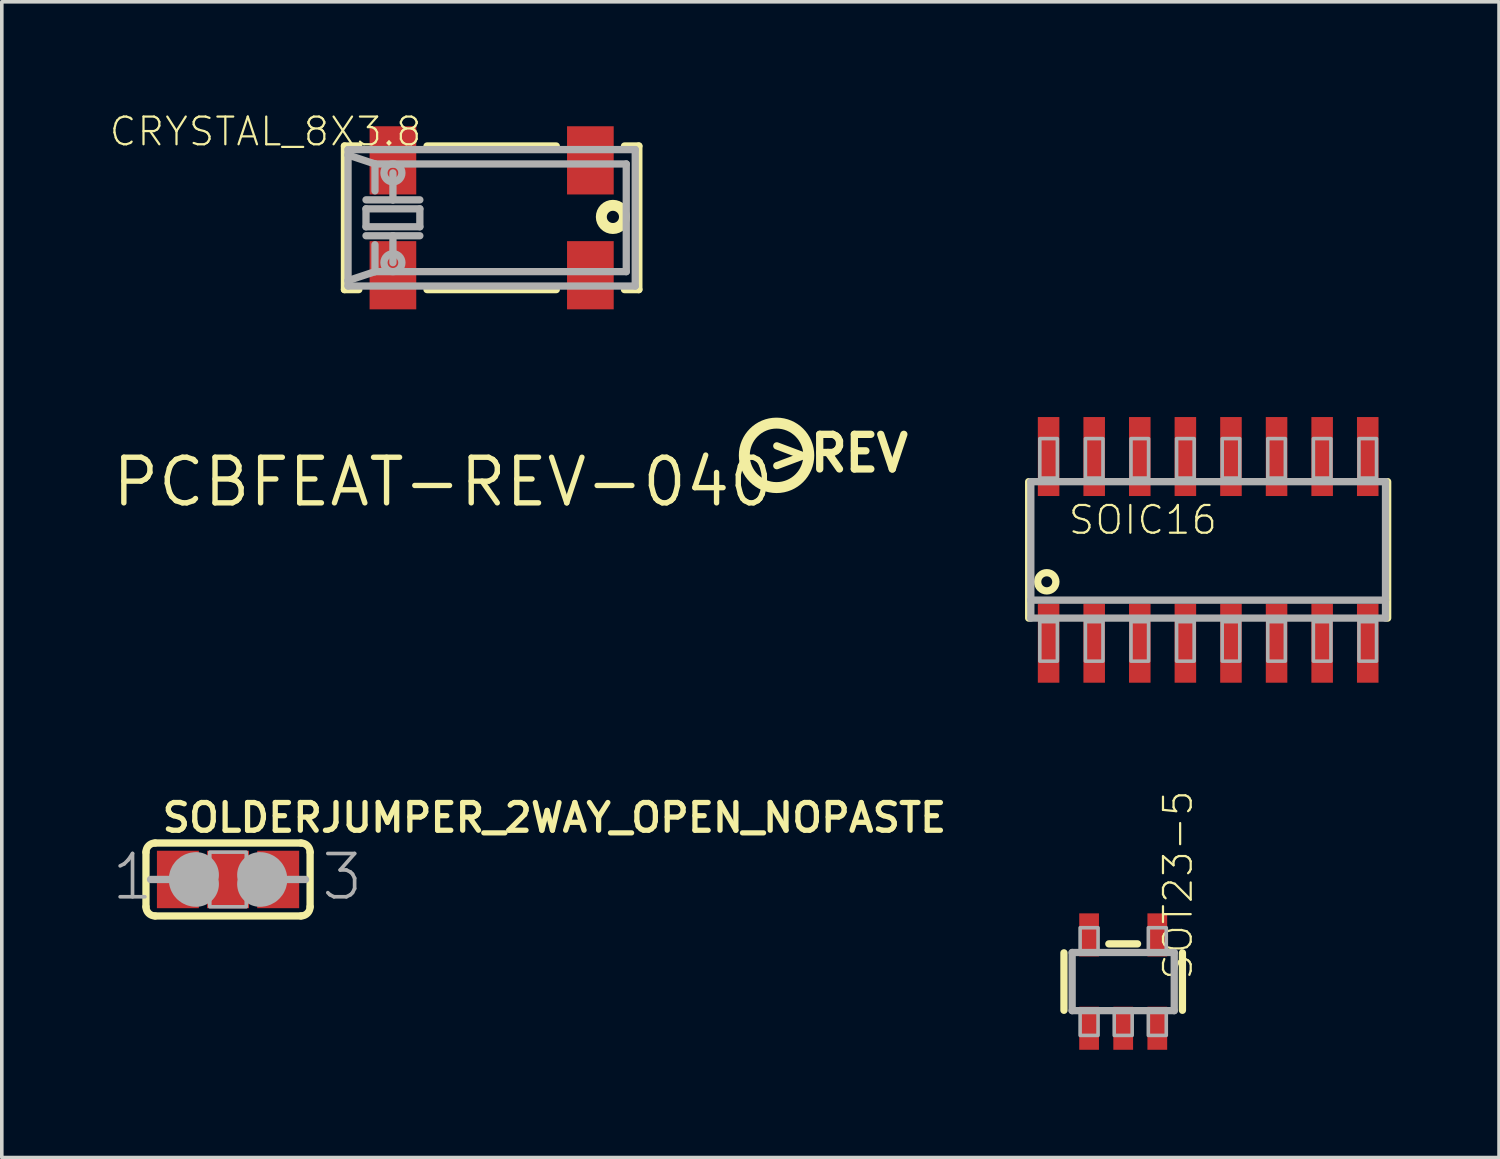
<source format=kicad_pcb>
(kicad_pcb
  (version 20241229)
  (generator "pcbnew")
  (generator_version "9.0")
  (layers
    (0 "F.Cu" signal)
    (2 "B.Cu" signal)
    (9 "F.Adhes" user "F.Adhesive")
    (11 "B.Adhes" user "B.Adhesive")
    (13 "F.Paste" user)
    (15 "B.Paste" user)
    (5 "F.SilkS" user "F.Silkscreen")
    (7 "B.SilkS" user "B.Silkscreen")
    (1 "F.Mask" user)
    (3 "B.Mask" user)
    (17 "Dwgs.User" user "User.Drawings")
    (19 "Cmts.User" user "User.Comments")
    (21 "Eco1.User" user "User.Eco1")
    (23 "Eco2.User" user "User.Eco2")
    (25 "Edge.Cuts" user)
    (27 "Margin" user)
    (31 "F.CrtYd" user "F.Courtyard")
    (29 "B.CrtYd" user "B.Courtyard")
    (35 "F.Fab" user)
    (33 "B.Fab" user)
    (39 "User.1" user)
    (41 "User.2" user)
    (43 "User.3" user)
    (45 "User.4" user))
  (footprint "SOLDERJUMPER_2WAY_OPEN_NOPASTE"
    (layer "F.Cu")
    (at 3.302 21.448)
    (property "Reference" "SOLDERJUMPER_2WAY_OPEN_NOPASTE" (at -1.905 -1.27 0) (layer "F.SilkS") (effects (font (size 0.772 0.772) (thickness 0.146)) (justify left bottom)))
    (attr through_hole)
    (fp_poly (pts (xy -2.083 0.889) (xy 2.083 0.889) (xy 2.083 -0.889) (xy -2.083 -0.889)) (stroke (width 0) (type solid)) (fill yes) (layer "F.Mask"))
    (fp_line (start -2.286 0.762) (end -2.286 -0.762) (stroke (width 0.203) (type solid)) (layer "F.SilkS"))
    (fp_line (start -2.032 -1.016) (end 2.032 -1.016) (stroke (width 0.203) (type solid)) (layer "F.SilkS"))
    (fp_line (start 2.032 1.016) (end -2.032 1.016) (stroke (width 0.203) (type solid)) (layer "F.SilkS"))
    (fp_line (start 2.286 0.762) (end 2.286 -0.762) (stroke (width 0.203) (type solid)) (layer "F.SilkS"))
    (fp_arc (start -2.286 -0.762) (mid -2.211605 -0.941605) (end -2.032 -1.016) (stroke (width 0.2032) (type solid)) (layer "F.SilkS"))
    (fp_arc (start -2.032 1.016) (mid -2.211605 0.941605) (end -2.286 0.762) (stroke (width 0.2032) (type solid)) (layer "F.SilkS"))
    (fp_arc (start 2.032 -1.016) (mid 2.211605 -0.941605) (end 2.286 -0.762) (stroke (width 0.2032) (type solid)) (layer "F.SilkS"))
    (fp_arc (start 2.286 0.762) (mid 2.211605 0.941605) (end 2.032 1.016) (stroke (width 0.2032) (type solid)) (layer "F.SilkS"))
    (fp_line (start -1.651 0) (end -2.159 0) (stroke (width 0.203) (type solid)) (layer "F.Fab"))
    (fp_line (start 1.651 0) (end 2.159 0) (stroke (width 0.203) (type solid)) (layer "F.Fab"))
    (fp_arc (start -0.889 0.127) (mid -1.016 0) (end -0.889 -0.127) (stroke (width 1.27) (type solid)) (layer "F.Fab"))
    (fp_arc (start 0.889 -0.127) (mid 1.016 0) (end 0.889 0.127) (stroke (width 1.27) (type solid)) (layer "F.Fab"))
    (fp_poly (pts (xy -0.508 0.762) (xy 0.508 0.762) (xy 0.508 -0.762) (xy -0.508 -0.762)) (stroke (width 0.1) (type solid)) (fill no) (layer "F.Fab"))
    (fp_text user "3" (at 2.54 0.635 0) (layer "F.Fab") (effects (font (size 1.206 1.206) (thickness 0.102)) (justify left bottom)))
    (fp_text user "1" (at -3.302 0.635 0) (layer "F.Fab") (effects (font (size 1.206 1.206) (thickness 0.102)) (justify left bottom)))
    (pad "1" smd rect (at -1.397 0) (size 1.168 1.6) (layers "F.Cu" "F.Mask"))
    (pad "2" smd rect (at 0 0) (size 1.168 1.6) (layers "F.Cu" "F.Mask"))
    (pad "3" smd rect (at 1.397 0) (size 1.168 1.6) (layers "F.Cu" "F.Mask")))
  (footprint "SOIC16"
    (layer "F.Cu")
    (at 30.604 12.267)
    (property "Reference" "SOIC16" (at -3.937 -0.381 0) (layer "F.SilkS") (effects (font (size 0.772 0.772) (thickness 0.062)) (justify left bottom)))
    (attr through_hole)
    (fp_line (start -5 -1.9) (end -5 1.9) (stroke (width 0.203) (type solid)) (layer "F.SilkS"))
    (fp_line (start 5 -1.9) (end 5 1.9) (stroke (width 0.203) (type solid)) (layer "F.SilkS"))
    (fp_circle (center -4.496 0.889) (end -4.242 0.889) (stroke (width 0.203) (type solid)) (fill no) (layer "F.SilkS"))
    (fp_line (start -4.94 -1.9) (end 4.94 -1.9) (stroke (width 0.203) (type solid)) (layer "F.Fab"))
    (fp_line (start -4.94 1.4) (end -4.94 -1.9) (stroke (width 0.203) (type solid)) (layer "F.Fab"))
    (fp_line (start -4.94 1.9) (end -4.94 1.4) (stroke (width 0.203) (type solid)) (layer "F.Fab"))
    (fp_line (start 4.94 -1.9) (end 4.94 1.4) (stroke (width 0.203) (type solid)) (layer "F.Fab"))
    (fp_line (start 4.94 1.4) (end -4.94 1.4) (stroke (width 0.203) (type solid)) (layer "F.Fab"))
    (fp_line (start 4.94 1.4) (end 4.94 1.9) (stroke (width 0.203) (type solid)) (layer "F.Fab"))
    (fp_line (start 4.94 1.9) (end -4.94 1.9) (stroke (width 0.203) (type solid)) (layer "F.Fab"))
    (fp_poly (pts (xy -4.69 -2) (xy -4.2 -2) (xy -4.2 -3.1) (xy -4.69 -3.1)) (stroke (width 0.1) (type solid)) (fill no) (layer "F.Fab"))
    (fp_poly (pts (xy -4.69 3.1) (xy -4.2 3.1) (xy -4.2 2) (xy -4.69 2)) (stroke (width 0.1) (type solid)) (fill no) (layer "F.Fab"))
    (fp_poly (pts (xy -3.42 -2) (xy -2.93 -2) (xy -2.93 -3.1) (xy -3.42 -3.1)) (stroke (width 0.1) (type solid)) (fill no) (layer "F.Fab"))
    (fp_poly (pts (xy -3.42 3.1) (xy -2.93 3.1) (xy -2.93 2) (xy -3.42 2)) (stroke (width 0.1) (type solid)) (fill no) (layer "F.Fab"))
    (fp_poly (pts (xy -2.15 -2) (xy -1.66 -2) (xy -1.66 -3.1) (xy -2.15 -3.1)) (stroke (width 0.1) (type solid)) (fill no) (layer "F.Fab"))
    (fp_poly (pts (xy -2.15 3.1) (xy -1.66 3.1) (xy -1.66 2) (xy -2.15 2)) (stroke (width 0.1) (type solid)) (fill no) (layer "F.Fab"))
    (fp_poly (pts (xy -0.88 -2) (xy -0.39 -2) (xy -0.39 -3.1) (xy -0.88 -3.1)) (stroke (width 0.1) (type solid)) (fill no) (layer "F.Fab"))
    (fp_poly (pts (xy -0.88 3.1) (xy -0.39 3.1) (xy -0.39 2) (xy -0.88 2)) (stroke (width 0.1) (type solid)) (fill no) (layer "F.Fab"))
    (fp_poly (pts (xy 0.39 -2) (xy 0.88 -2) (xy 0.88 -3.1) (xy 0.39 -3.1)) (stroke (width 0.1) (type solid)) (fill no) (layer "F.Fab"))
    (fp_poly (pts (xy 0.39 3.1) (xy 0.88 3.1) (xy 0.88 2) (xy 0.39 2)) (stroke (width 0.1) (type solid)) (fill no) (layer "F.Fab"))
    (fp_poly (pts (xy 1.66 -2) (xy 2.15 -2) (xy 2.15 -3.1) (xy 1.66 -3.1)) (stroke (width 0.1) (type solid)) (fill no) (layer "F.Fab"))
    (fp_poly (pts (xy 1.66 3.1) (xy 2.15 3.1) (xy 2.15 2) (xy 1.66 2)) (stroke (width 0.1) (type solid)) (fill no) (layer "F.Fab"))
    (fp_poly (pts (xy 2.93 -2) (xy 3.42 -2) (xy 3.42 -3.1) (xy 2.93 -3.1)) (stroke (width 0.1) (type solid)) (fill no) (layer "F.Fab"))
    (fp_poly (pts (xy 2.93 3.1) (xy 3.42 3.1) (xy 3.42 2) (xy 2.93 2)) (stroke (width 0.1) (type solid)) (fill no) (layer "F.Fab"))
    (fp_poly (pts (xy 4.2 -2) (xy 4.69 -2) (xy 4.69 -3.1) (xy 4.2 -3.1)) (stroke (width 0.1) (type solid)) (fill no) (layer "F.Fab"))
    (fp_poly (pts (xy 4.2 3.1) (xy 4.69 3.1) (xy 4.69 2) (xy 4.2 2)) (stroke (width 0.1) (type solid)) (fill no) (layer "F.Fab"))
    (pad "1" smd rect (at -4.445 2.6) (size 0.6 2.2) (layers "F.Cu" "F.Mask" "F.Paste"))
    (pad "2" smd rect (at -3.175 2.6) (size 0.6 2.2) (layers "F.Cu" "F.Mask" "F.Paste"))
    (pad "3" smd rect (at -1.905 2.6) (size 0.6 2.2) (layers "F.Cu" "F.Mask" "F.Paste"))
    (pad "4" smd rect (at -0.635 2.6) (size 0.6 2.2) (layers "F.Cu" "F.Mask" "F.Paste"))
    (pad "5" smd rect (at 0.635 2.6) (size 0.6 2.2) (layers "F.Cu" "F.Mask" "F.Paste"))
    (pad "6" smd rect (at 1.905 2.6) (size 0.6 2.2) (layers "F.Cu" "F.Mask" "F.Paste"))
    (pad "7" smd rect (at 3.175 2.6) (size 0.6 2.2) (layers "F.Cu" "F.Mask" "F.Paste"))
    (pad "8" smd rect (at 4.445 2.6) (size 0.6 2.2) (layers "F.Cu" "F.Mask" "F.Paste"))
    (pad "9" smd rect (at 4.445 -2.6) (size 0.6 2.2) (layers "F.Cu" "F.Mask" "F.Paste"))
    (pad "10" smd rect (at 3.175 -2.6) (size 0.6 2.2) (layers "F.Cu" "F.Mask" "F.Paste"))
    (pad "11" smd rect (at 1.905 -2.6) (size 0.6 2.2) (layers "F.Cu" "F.Mask" "F.Paste"))
    (pad "12" smd rect (at 0.635 -2.6) (size 0.6 2.2) (layers "F.Cu" "F.Mask" "F.Paste"))
    (pad "13" smd rect (at -0.635 -2.6) (size 0.6 2.2) (layers "F.Cu" "F.Mask" "F.Paste"))
    (pad "14" smd rect (at -1.905 -2.6) (size 0.6 2.2) (layers "F.Cu" "F.Mask" "F.Paste"))
    (pad "15" smd rect (at -3.175 -2.6) (size 0.6 2.2) (layers "F.Cu" "F.Mask" "F.Paste"))
    (pad "16" smd rect (at -4.445 -2.6) (size 0.6 2.2) (layers "F.Cu" "F.Mask" "F.Paste")))
  (footprint "PCBFEAT-REV-040"
    (layer "F.Cu")
    (at 18.581 9.634)
    (property "Reference" "PCBFEAT-REV-040" (at 0 0 0) (layer "F.SilkS") (effects (font (size 1.27 1.27) (thickness 0.15)) (justify right top)))
    (attr through_hole)
    (fp_circle (center 0 0) (end 0.898 0) (stroke (width 0.305) (type solid)) (fill no) (layer "F.SilkS"))
    (fp_text user ">REV" (at -0.356 0.508 0) (layer "F.SilkS") (effects (font (size 0.965 0.965) (thickness 0.203)) (justify left bottom))))
  (footprint "CRYSTAL_8X3.8"
    (layer "F.Cu")
    (at 10.645 3.017)
    (property "Reference" "CRYSTAL_8X3.8" (at -1.9 -2.854 0) (layer "F.SilkS") (effects (font (size 0.772 0.772) (thickness 0.062)) (justify right top)))
    (attr through_hole)
    (fp_line (start -4.1 -2) (end -4.1 2) (stroke (width 0.203) (type solid)) (layer "F.SilkS"))
    (fp_line (start -4.1 2) (end -3.7 2) (stroke (width 0.203) (type solid)) (layer "F.SilkS"))
    (fp_line (start -3.7 -2) (end -4.1 -2) (stroke (width 0.203) (type solid)) (layer "F.SilkS"))
    (fp_line (start -1.8 -2) (end 1.8 -2) (stroke (width 0.203) (type solid)) (layer "F.SilkS"))
    (fp_line (start -1.8 2) (end 1.8 2) (stroke (width 0.203) (type solid)) (layer "F.SilkS"))
    (fp_line (start 3.7 -2) (end 4.1 -2) (stroke (width 0.203) (type solid)) (layer "F.SilkS"))
    (fp_line (start 4.1 -2) (end 4.1 2) (stroke (width 0.203) (type solid)) (layer "F.SilkS"))
    (fp_line (start 4.1 2) (end 3.7 2) (stroke (width 0.203) (type solid)) (layer "F.SilkS"))
    (fp_circle (center 3.378 -0.025) (end 3.701 -0.025) (stroke (width 0.305) (type solid)) (fill no) (layer "F.SilkS"))
    (fp_line (start -4 -1.9) (end 4 -1.9) (stroke (width 0.203) (type solid)) (layer "F.Fab"))
    (fp_line (start -4 -1.75) (end -4 -1.9) (stroke (width 0.203) (type solid)) (layer "F.Fab"))
    (fp_line (start -4 -1.75) (end -3.25 -1.5) (stroke (width 0.203) (type solid)) (layer "F.Fab"))
    (fp_line (start -4 1.75) (end -4 -1.75) (stroke (width 0.203) (type solid)) (layer "F.Fab"))
    (fp_line (start -4 1.75) (end -3.25 1.5) (stroke (width 0.203) (type solid)) (layer "F.Fab"))
    (fp_line (start -4 1.9) (end -4 1.75) (stroke (width 0.203) (type solid)) (layer "F.Fab"))
    (fp_line (start -3.5 -0.5) (end -2.75 -0.5) (stroke (width 0.203) (type solid)) (layer "F.Fab"))
    (fp_line (start -3.5 -0.25) (end -2 -0.25) (stroke (width 0.203) (type solid)) (layer "F.Fab"))
    (fp_line (start -3.5 0.25) (end -3.5 -0.25) (stroke (width 0.203) (type solid)) (layer "F.Fab"))
    (fp_line (start -3.5 0.5) (end -2.75 0.5) (stroke (width 0.203) (type solid)) (layer "F.Fab"))
    (fp_line (start -3.25 -1.5) (end -3.25 -0.75) (stroke (width 0.203) (type solid)) (layer "F.Fab"))
    (fp_line (start -3.25 -1.5) (end 3.75 -1.5) (stroke (width 0.203) (type solid)) (layer "F.Fab"))
    (fp_line (start -3.25 1.5) (end -3.25 0.75) (stroke (width 0.203) (type solid)) (layer "F.Fab"))
    (fp_line (start -2.75 -0.5) (end -2.75 -1.25) (stroke (width 0.203) (type solid)) (layer "F.Fab"))
    (fp_line (start -2.75 -0.5) (end -2 -0.5) (stroke (width 0.203) (type solid)) (layer "F.Fab"))
    (fp_line (start -2.75 0.5) (end -2.75 1.25) (stroke (width 0.203) (type solid)) (layer "F.Fab"))
    (fp_line (start -2.75 0.5) (end -2 0.5) (stroke (width 0.203) (type solid)) (layer "F.Fab"))
    (fp_line (start -2 -0.25) (end -2 0.25) (stroke (width 0.203) (type solid)) (layer "F.Fab"))
    (fp_line (start -2 0.25) (end -3.5 0.25) (stroke (width 0.203) (type solid)) (layer "F.Fab"))
    (fp_line (start 3.75 -1.5) (end 3.75 1.5) (stroke (width 0.203) (type solid)) (layer "F.Fab"))
    (fp_line (start 3.75 1.5) (end -3.25 1.5) (stroke (width 0.203) (type solid)) (layer "F.Fab"))
    (fp_line (start 4 -1.9) (end 4 1.9) (stroke (width 0.203) (type solid)) (layer "F.Fab"))
    (fp_line (start 4 1.9) (end -4 1.9) (stroke (width 0.203) (type solid)) (layer "F.Fab"))
    (fp_circle (center -2.75 -1.25) (end -2.5 -1.25) (stroke (width 0.203) (type solid)) (fill no) (layer "F.Fab"))
    (fp_circle (center -2.75 1.25) (end -2.5 1.25) (stroke (width 0.203) (type solid)) (fill no) (layer "F.Fab"))
    (pad "P$1" smd rect (at -2.75 1.6) (size 1.3 1.9) (layers "F.Cu" "F.Mask" "F.Paste"))
    (pad "P$2" smd rect (at 2.75 1.6) (size 1.3 1.9) (layers "F.Cu" "F.Mask" "F.Paste"))
    (pad "P$3" smd rect (at 2.75 -1.6) (size 1.3 1.9) (layers "F.Cu" "F.Mask" "F.Paste"))
    (pad "P$4" smd rect (at -2.75 -1.6) (size 1.3 1.9) (layers "F.Cu" "F.Mask" "F.Paste")))
  (footprint "SOT23-5"
    (layer "F.Cu")
    (at 28.237 24.292)
    (property "Reference" "SOT23-5" (at 1.978 0 90) (layer "F.SilkS") (effects (font (size 0.772 0.772) (thickness 0.062)) (justify left bottom)))
    (attr through_hole)
    (fp_line (start -1.65 -0.8) (end -1.65 0.8) (stroke (width 0.203) (type solid)) (layer "F.SilkS"))
    (fp_line (start -0.4 -1.05) (end 0.4 -1.05) (stroke (width 0.203) (type solid)) (layer "F.SilkS"))
    (fp_line (start 1.65 -0.8) (end 1.65 0.8) (stroke (width 0.203) (type solid)) (layer "F.SilkS"))
    (fp_line (start -1.422 -0.81) (end 1.422 -0.81) (stroke (width 0.203) (type solid)) (layer "F.Fab"))
    (fp_line (start -1.422 0.81) (end -1.422 -0.81) (stroke (width 0.203) (type solid)) (layer "F.Fab"))
    (fp_line (start 1.422 -0.81) (end 1.422 0.81) (stroke (width 0.203) (type solid)) (layer "F.Fab"))
    (fp_line (start 1.422 0.81) (end -1.422 0.81) (stroke (width 0.203) (type solid)) (layer "F.Fab"))
    (fp_poly (pts (xy -1.2 -0.85) (xy -0.7 -0.85) (xy -0.7 -1.5) (xy -1.2 -1.5)) (stroke (width 0.1) (type solid)) (fill no) (layer "F.Fab"))
    (fp_poly (pts (xy -1.2 1.5) (xy -0.7 1.5) (xy -0.7 0.85) (xy -1.2 0.85)) (stroke (width 0.1) (type solid)) (fill no) (layer "F.Fab"))
    (fp_poly (pts (xy -0.25 1.5) (xy 0.25 1.5) (xy 0.25 0.85) (xy -0.25 0.85)) (stroke (width 0.1) (type solid)) (fill no) (layer "F.Fab"))
    (fp_poly (pts (xy 0.7 -0.85) (xy 1.2 -0.85) (xy 1.2 -1.5) (xy 0.7 -1.5)) (stroke (width 0.1) (type solid)) (fill no) (layer "F.Fab"))
    (fp_poly (pts (xy 0.7 1.5) (xy 1.2 1.5) (xy 1.2 0.85) (xy 0.7 0.85)) (stroke (width 0.1) (type solid)) (fill no) (layer "F.Fab"))
    (pad "1" smd rect (at -0.95 1.3) (size 0.55 1.2) (layers "F.Cu" "F.Mask" "F.Paste"))
    (pad "2" smd rect (at 0 1.3) (size 0.55 1.2) (layers "F.Cu" "F.Mask" "F.Paste"))
    (pad "3" smd rect (at 0.95 1.3) (size 0.55 1.2) (layers "F.Cu" "F.Mask" "F.Paste"))
    (pad "4" smd rect (at 0.95 -1.3) (size 0.55 1.2) (layers "F.Cu" "F.Mask" "F.Paste"))
    (pad "5" smd rect (at -0.95 -1.3) (size 0.55 1.2) (layers "F.Cu" "F.Mask" "F.Paste")))
  (gr_rect
    (start -3 -3)
    (end 38.706 29.193)
    (stroke (width 0.1) (type default))
    (fill no)
    (layer "Edge.Cuts")))
</source>
